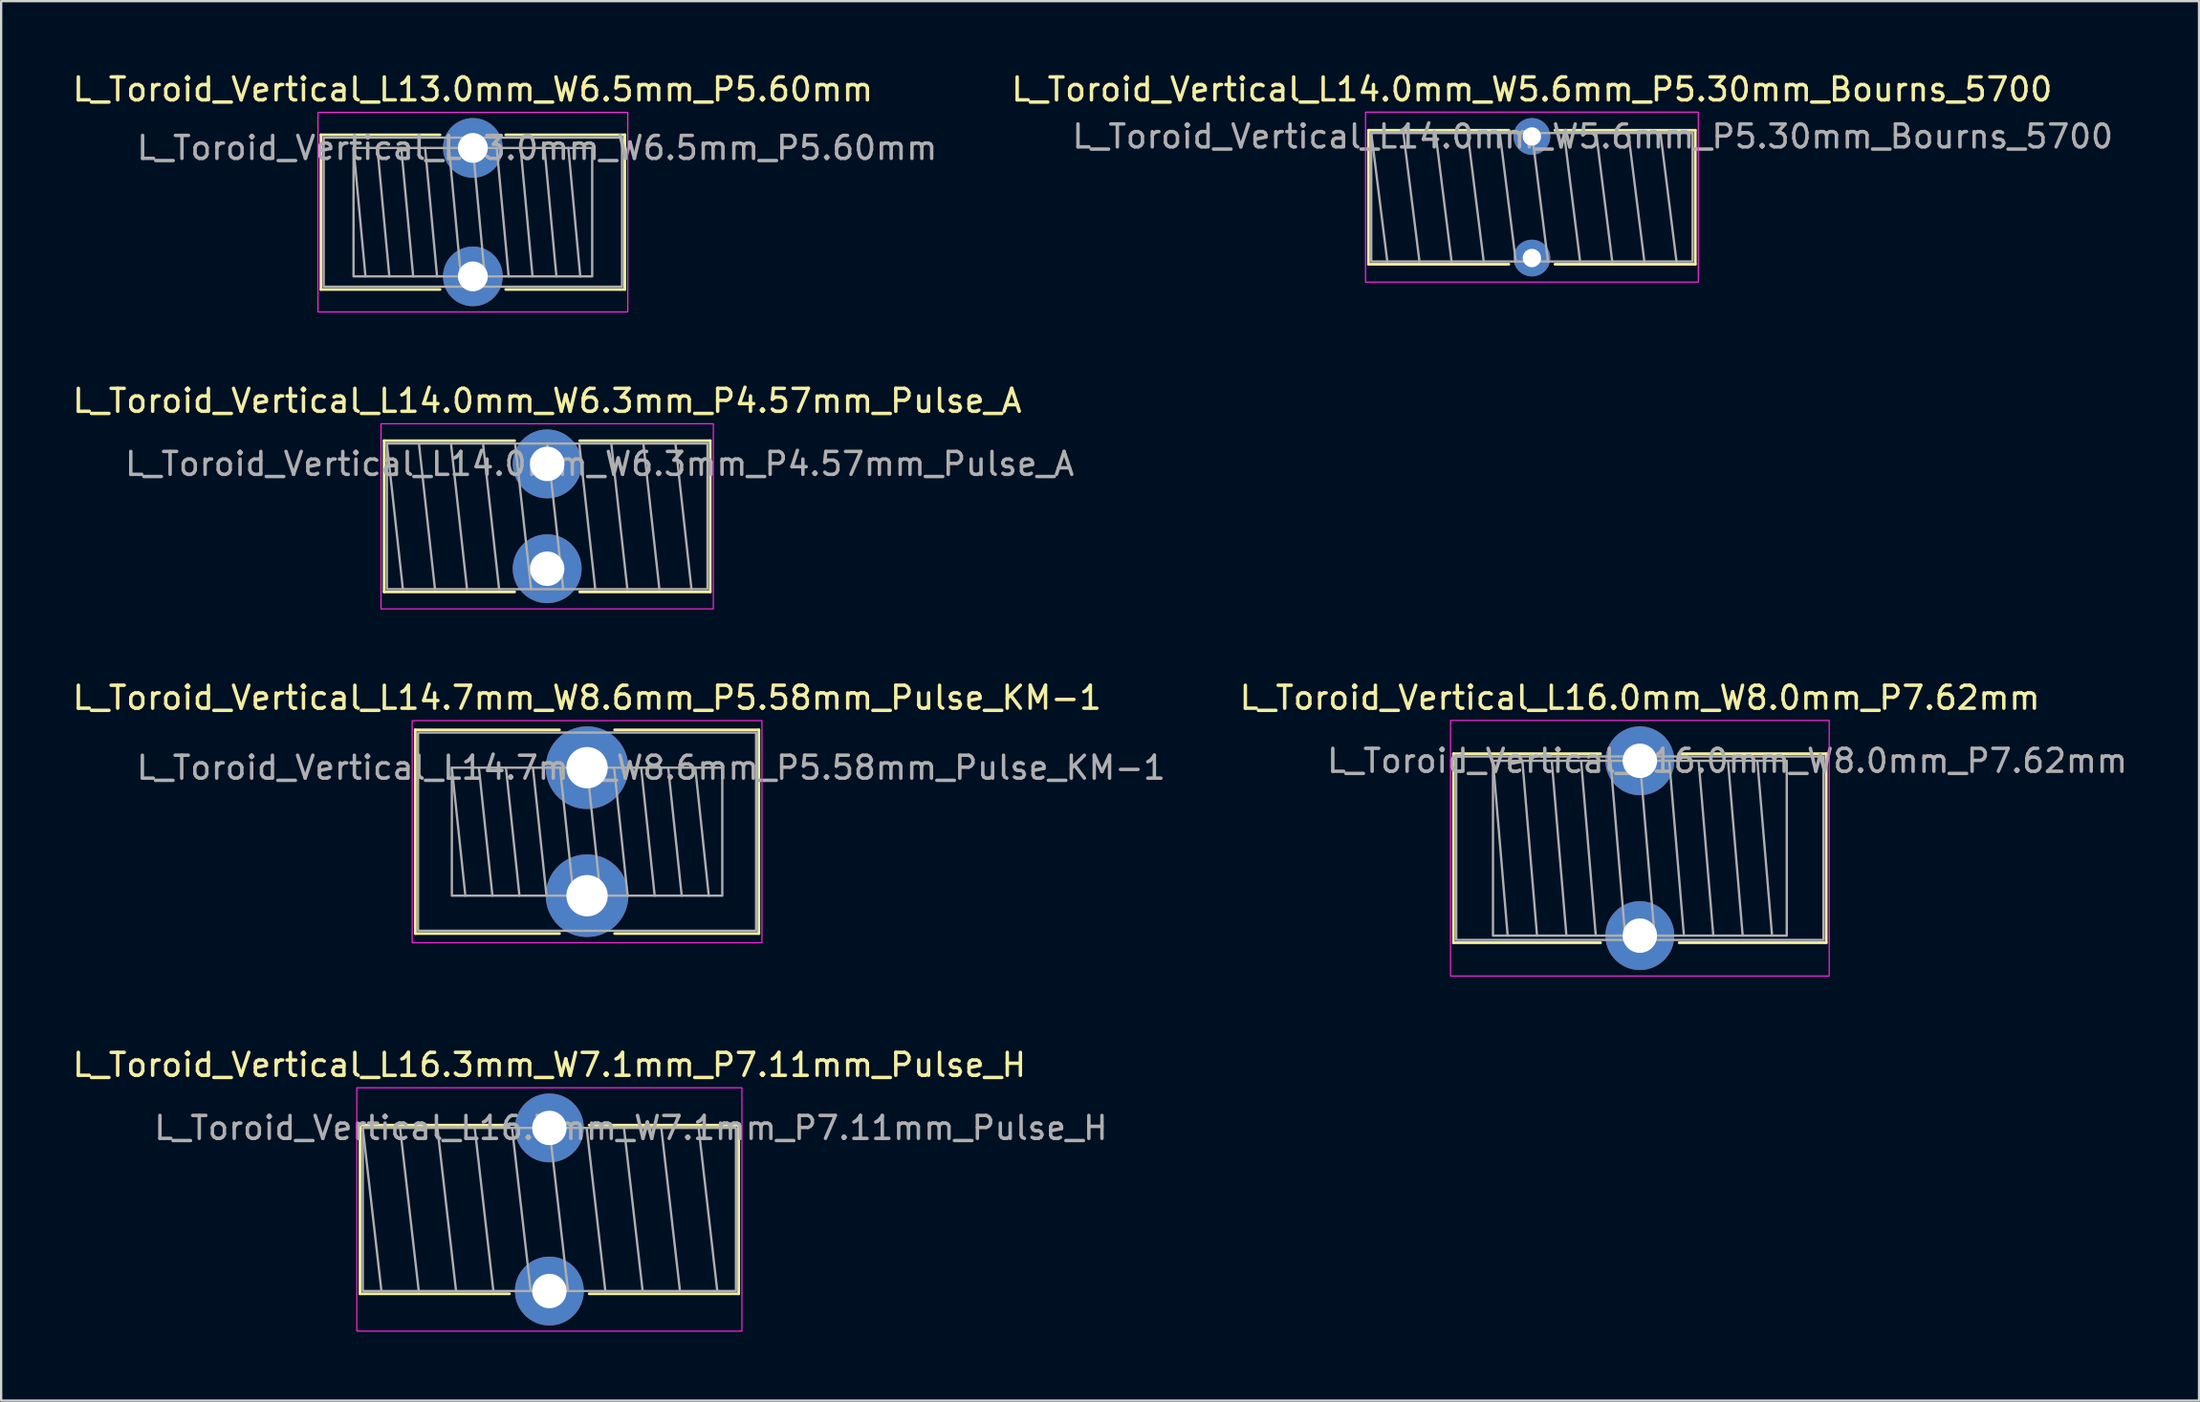
<source format=kicad_pcb>
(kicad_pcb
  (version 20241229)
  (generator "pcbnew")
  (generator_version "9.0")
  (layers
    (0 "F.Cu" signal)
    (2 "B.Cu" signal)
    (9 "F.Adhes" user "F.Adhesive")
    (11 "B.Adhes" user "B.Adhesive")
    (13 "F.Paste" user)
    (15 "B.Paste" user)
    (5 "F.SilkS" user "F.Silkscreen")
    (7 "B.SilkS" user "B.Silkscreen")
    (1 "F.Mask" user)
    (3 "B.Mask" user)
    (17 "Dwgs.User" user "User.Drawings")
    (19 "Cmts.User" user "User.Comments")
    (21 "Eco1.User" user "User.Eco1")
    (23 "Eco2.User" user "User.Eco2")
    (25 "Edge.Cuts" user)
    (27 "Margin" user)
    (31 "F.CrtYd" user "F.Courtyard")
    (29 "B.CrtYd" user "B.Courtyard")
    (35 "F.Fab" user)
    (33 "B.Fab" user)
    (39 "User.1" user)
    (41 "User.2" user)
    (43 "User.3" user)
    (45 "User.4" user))
  (footprint "L_Toroid_Vertical_L14.0mm_W5.6mm_P5.30mm_Bourns_5700"
    (layer "F.Cu")
    (at 63.699 2.898)
    (property "Reference" "L_Toroid_Vertical_L14.0mm_W5.6mm_P5.30mm_Bourns_5700" (at 0 -2.05 0) (layer "F.SilkS") (effects (font (size 1 1) (thickness 0.15))))
    (attr through_hole)
    (fp_line (start -7.12 -0.27) (end -7.12 5.57) (stroke (width 0.12) (type solid)) (layer "F.SilkS"))
    (fp_line (start -7.12 -0.27) (end -1.004 -0.27) (stroke (width 0.12) (type solid)) (layer "F.SilkS"))
    (fp_line (start -7.12 5.57) (end -1.004 5.57) (stroke (width 0.12) (type solid)) (layer "F.SilkS"))
    (fp_line (start 1.004 -0.27) (end 7.12 -0.27) (stroke (width 0.12) (type solid)) (layer "F.SilkS"))
    (fp_line (start 1.004 5.57) (end 7.12 5.57) (stroke (width 0.12) (type solid)) (layer "F.SilkS"))
    (fp_line (start 7.12 -0.27) (end 7.12 5.57) (stroke (width 0.12) (type solid)) (layer "F.SilkS"))
    (fp_rect (start -7.25 -1.06) (end 7.25 6.35) (stroke (width 0.05) (type solid)) (fill no) (layer "F.CrtYd"))
    (fp_line (start -7 -0.15) (end -6.3 5.45) (stroke (width 0.1) (type solid)) (layer "F.Fab"))
    (fp_line (start -5.6 -0.15) (end -4.9 5.45) (stroke (width 0.1) (type solid)) (layer "F.Fab"))
    (fp_line (start -4.2 -0.15) (end -3.5 5.45) (stroke (width 0.1) (type solid)) (layer "F.Fab"))
    (fp_line (start -2.8 -0.15) (end -2.1 5.45) (stroke (width 0.1) (type solid)) (layer "F.Fab"))
    (fp_line (start -1.4 -0.15) (end -0.7 5.45) (stroke (width 0.1) (type solid)) (layer "F.Fab"))
    (fp_line (start 0 -0.15) (end 0.7 5.45) (stroke (width 0.1) (type solid)) (layer "F.Fab"))
    (fp_line (start 1.4 -0.15) (end 2.1 5.45) (stroke (width 0.1) (type solid)) (layer "F.Fab"))
    (fp_line (start 2.8 -0.15) (end 3.5 5.45) (stroke (width 0.1) (type solid)) (layer "F.Fab"))
    (fp_line (start 4.2 -0.15) (end 4.9 5.45) (stroke (width 0.1) (type solid)) (layer "F.Fab"))
    (fp_line (start 5.6 -0.15) (end 6.3 5.45) (stroke (width 0.1) (type solid)) (layer "F.Fab"))
    (fp_rect (start -7 -0.15) (end 7 5.45) (stroke (width 0.1) (type solid)) (fill no) (layer "F.Fab"))
    (fp_text user "${REFERENCE}" (at 2.65 0 0) (layer "F.Fab") (effects (font (size 1 1) (thickness 0.15))))
    (pad "1" thru_hole circle (at 0 0) (size 1.6 1.6) (drill 0.8) (layers "*.Cu" "*.Mask"))
    (pad "2" thru_hole circle (at 0 5.3) (size 1.6 1.6) (drill 0.8) (layers "*.Cu" "*.Mask")))
  (footprint "L_Toroid_Vertical_L13.0mm_W6.5mm_P5.60mm"
    (layer "F.Cu")
    (at 17.554 3.398)
    (property "Reference" "L_Toroid_Vertical_L13.0mm_W6.5mm_P5.60mm" (at 0 -2.55 0) (layer "F.SilkS") (effects (font (size 1 1) (thickness 0.15))))
    (attr through_hole)
    (fp_line (start -6.62 -0.57) (end -6.62 6.17) (stroke (width 0.12) (type solid)) (layer "F.SilkS"))
    (fp_line (start -6.62 -0.57) (end -1.431 -0.57) (stroke (width 0.12) (type solid)) (layer "F.SilkS"))
    (fp_line (start -6.62 6.17) (end -1.431 6.17) (stroke (width 0.12) (type solid)) (layer "F.SilkS"))
    (fp_line (start 1.431 -0.57) (end 6.62 -0.57) (stroke (width 0.12) (type solid)) (layer "F.SilkS"))
    (fp_line (start 1.431 6.17) (end 6.62 6.17) (stroke (width 0.12) (type solid)) (layer "F.SilkS"))
    (fp_line (start 6.62 -0.57) (end 6.62 6.17) (stroke (width 0.12) (type solid)) (layer "F.SilkS"))
    (fp_rect (start -6.75 -1.55) (end 6.75 7.15) (stroke (width 0.05) (type solid)) (fill no) (layer "F.CrtYd"))
    (fp_line (start -5.2 0) (end -4.68 5.6) (stroke (width 0.1) (type solid)) (layer "F.Fab"))
    (fp_line (start -4.16 0) (end -3.64 5.6) (stroke (width 0.1) (type solid)) (layer "F.Fab"))
    (fp_line (start -3.12 0) (end -2.6 5.6) (stroke (width 0.1) (type solid)) (layer "F.Fab"))
    (fp_line (start -2.08 0) (end -1.56 5.6) (stroke (width 0.1) (type solid)) (layer "F.Fab"))
    (fp_line (start -1.04 0) (end -0.52 5.6) (stroke (width 0.1) (type solid)) (layer "F.Fab"))
    (fp_line (start 0 0) (end 0.52 5.6) (stroke (width 0.1) (type solid)) (layer "F.Fab"))
    (fp_line (start 1.04 0) (end 1.56 5.6) (stroke (width 0.1) (type solid)) (layer "F.Fab"))
    (fp_line (start 2.08 0) (end 2.6 5.6) (stroke (width 0.1) (type solid)) (layer "F.Fab"))
    (fp_line (start 3.12 0) (end 3.64 5.6) (stroke (width 0.1) (type solid)) (layer "F.Fab"))
    (fp_line (start 4.16 0) (end 4.68 5.6) (stroke (width 0.1) (type solid)) (layer "F.Fab"))
    (fp_rect (start -6.5 -0.45) (end 6.5 6.05) (stroke (width 0.1) (type solid)) (fill no) (layer "F.Fab"))
    (fp_rect (start -5.2 0) (end 5.2 5.6) (stroke (width 0.1) (type solid)) (fill no) (layer "F.Fab"))
    (fp_text user "${REFERENCE}" (at 2.8 0 0) (layer "F.Fab") (effects (font (size 1 1) (thickness 0.15))))
    (pad "1" thru_hole circle (at 0 0) (size 2.6 2.6) (drill 1.3) (layers "*.Cu" "*.Mask"))
    (pad "2" thru_hole circle (at 0 5.6) (size 2.6 2.6) (drill 1.3) (layers "*.Cu" "*.Mask")))
  (footprint "L_Toroid_Vertical_L14.7mm_W8.6mm_P5.58mm_Pulse_KM-1"
    (layer "F.Cu")
    (at 22.53 30.415)
    (property "Reference" "L_Toroid_Vertical_L14.7mm_W8.6mm_P5.58mm_Pulse_KM-1" (at 0 -3.05 0) (layer "F.SilkS") (effects (font (size 1 1) (thickness 0.15))))
    (attr through_hole)
    (fp_line (start -7.485 -1.65) (end -7.485 7.23) (stroke (width 0.12) (type solid)) (layer "F.SilkS"))
    (fp_line (start -7.485 -1.65) (end -1.2 -1.65) (stroke (width 0.12) (type solid)) (layer "F.SilkS"))
    (fp_line (start -7.485 7.23) (end -1.2 7.23) (stroke (width 0.12) (type solid)) (layer "F.SilkS"))
    (fp_line (start 1.2 -1.65) (end 7.485 -1.65) (stroke (width 0.12) (type solid)) (layer "F.SilkS"))
    (fp_line (start 1.2 7.23) (end 7.485 7.23) (stroke (width 0.12) (type solid)) (layer "F.SilkS"))
    (fp_line (start 7.485 -1.65) (end 7.485 7.23) (stroke (width 0.12) (type solid)) (layer "F.SilkS"))
    (fp_rect (start -7.62 -2.05) (end 7.62 7.63) (stroke (width 0.05) (type solid)) (fill no) (layer "F.CrtYd"))
    (fp_line (start -5.892 0) (end -5.303 5.58) (stroke (width 0.1) (type solid)) (layer "F.Fab"))
    (fp_line (start -4.714 0) (end -4.124 5.58) (stroke (width 0.1) (type solid)) (layer "F.Fab"))
    (fp_line (start -3.535 0) (end -2.946 5.58) (stroke (width 0.1) (type solid)) (layer "F.Fab"))
    (fp_line (start -2.357 0) (end -1.768 5.58) (stroke (width 0.1) (type solid)) (layer "F.Fab"))
    (fp_line (start -1.178 0) (end -0.589 5.58) (stroke (width 0.1) (type solid)) (layer "F.Fab"))
    (fp_line (start 0 0) (end 0.589 5.58) (stroke (width 0.1) (type solid)) (layer "F.Fab"))
    (fp_line (start 1.178 0) (end 1.768 5.58) (stroke (width 0.1) (type solid)) (layer "F.Fab"))
    (fp_line (start 2.357 0) (end 2.946 5.58) (stroke (width 0.1) (type solid)) (layer "F.Fab"))
    (fp_line (start 3.535 0) (end 4.124 5.58) (stroke (width 0.1) (type solid)) (layer "F.Fab"))
    (fp_line (start 4.714 0) (end 5.303 5.58) (stroke (width 0.1) (type solid)) (layer "F.Fab"))
    (fp_rect (start -7.365 -1.53) (end 7.365 7.11) (stroke (width 0.1) (type solid)) (fill no) (layer "F.Fab"))
    (fp_rect (start -5.892 0) (end 5.892 5.58) (stroke (width 0.1) (type solid)) (fill no) (layer "F.Fab"))
    (fp_text user "${REFERENCE}" (at 2.79 0 0) (layer "F.Fab") (effects (font (size 1 1) (thickness 0.15))))
    (pad "1" thru_hole circle (at 0 0) (size 3.6 3.6) (drill 1.8) (layers "*.Cu" "*.Mask"))
    (pad "2" thru_hole circle (at 0 5.58) (size 3.6 3.6) (drill 1.8) (layers "*.Cu" "*.Mask")))
  (footprint "L_Toroid_Vertical_L14.0mm_W6.3mm_P4.57mm_Pulse_A"
    (layer "F.Cu")
    (at 20.792 17.172)
    (property "Reference" "L_Toroid_Vertical_L14.0mm_W6.3mm_P4.57mm_Pulse_A" (at 0 -2.75 0) (layer "F.SilkS") (effects (font (size 1 1) (thickness 0.15))))
    (attr through_hole)
    (fp_line (start -7.105 -1.01) (end -7.105 5.58) (stroke (width 0.12) (type solid)) (layer "F.SilkS"))
    (fp_line (start -7.105 -1.01) (end -1.417 -1.01) (stroke (width 0.12) (type solid)) (layer "F.SilkS"))
    (fp_line (start -7.105 5.58) (end -1.417 5.58) (stroke (width 0.12) (type solid)) (layer "F.SilkS"))
    (fp_line (start 1.417 -1.01) (end 7.105 -1.01) (stroke (width 0.12) (type solid)) (layer "F.SilkS"))
    (fp_line (start 1.417 5.58) (end 7.105 5.58) (stroke (width 0.12) (type solid)) (layer "F.SilkS"))
    (fp_line (start 7.105 -1.01) (end 7.105 5.58) (stroke (width 0.12) (type solid)) (layer "F.SilkS"))
    (fp_rect (start -7.24 -1.75) (end 7.24 6.32) (stroke (width 0.05) (type solid)) (fill no) (layer "F.CrtYd"))
    (fp_line (start -6.985 -0.89) (end -6.287 5.46) (stroke (width 0.1) (type solid)) (layer "F.Fab"))
    (fp_line (start -5.588 -0.89) (end -4.889 5.46) (stroke (width 0.1) (type solid)) (layer "F.Fab"))
    (fp_line (start -4.191 -0.89) (end -3.493 5.46) (stroke (width 0.1) (type solid)) (layer "F.Fab"))
    (fp_line (start -2.794 -0.89) (end -2.095 5.46) (stroke (width 0.1) (type solid)) (layer "F.Fab"))
    (fp_line (start -1.397 -0.89) (end -0.699 5.46) (stroke (width 0.1) (type solid)) (layer "F.Fab"))
    (fp_line (start 0 -0.89) (end 0.699 5.46) (stroke (width 0.1) (type solid)) (layer "F.Fab"))
    (fp_line (start 1.397 -0.89) (end 2.095 5.46) (stroke (width 0.1) (type solid)) (layer "F.Fab"))
    (fp_line (start 2.794 -0.89) (end 3.493 5.46) (stroke (width 0.1) (type solid)) (layer "F.Fab"))
    (fp_line (start 4.191 -0.89) (end 4.889 5.46) (stroke (width 0.1) (type solid)) (layer "F.Fab"))
    (fp_line (start 5.588 -0.89) (end 6.287 5.46) (stroke (width 0.1) (type solid)) (layer "F.Fab"))
    (fp_rect (start -6.985 -0.89) (end 6.985 5.46) (stroke (width 0.1) (type solid)) (fill no) (layer "F.Fab"))
    (fp_text user "${REFERENCE}" (at 2.285 0 0) (layer "F.Fab") (effects (font (size 1 1) (thickness 0.15))))
    (pad "1" thru_hole circle (at 0 0) (size 3 3) (drill 1.5) (layers "*.Cu" "*.Mask"))
    (pad "2" thru_hole circle (at 0 4.57) (size 3 3) (drill 1.5) (layers "*.Cu" "*.Mask")))
  (footprint "L_Toroid_Vertical_L16.3mm_W7.1mm_P7.11mm_Pulse_H"
    (layer "F.Cu")
    (at 20.887 46.118)
    (property "Reference" "L_Toroid_Vertical_L16.3mm_W7.1mm_P7.11mm_Pulse_H" (at 0 -2.75 0) (layer "F.SilkS") (effects (font (size 1 1) (thickness 0.15))))
    (attr through_hole)
    (fp_line (start -8.25 -0.12) (end -8.25 7.23) (stroke (width 0.12) (type solid)) (layer "F.SilkS"))
    (fp_line (start -8.25 -0.12) (end -1.736 -0.12) (stroke (width 0.12) (type solid)) (layer "F.SilkS"))
    (fp_line (start -8.25 7.23) (end -1.736 7.23) (stroke (width 0.12) (type solid)) (layer "F.SilkS"))
    (fp_line (start 1.736 -0.12) (end 8.25 -0.12) (stroke (width 0.12) (type solid)) (layer "F.SilkS"))
    (fp_line (start 1.736 7.23) (end 8.25 7.23) (stroke (width 0.12) (type solid)) (layer "F.SilkS"))
    (fp_line (start 8.25 -0.12) (end 8.25 7.23) (stroke (width 0.12) (type solid)) (layer "F.SilkS"))
    (fp_rect (start -8.39 -1.75) (end 8.39 8.86) (stroke (width 0.05) (type solid)) (fill no) (layer "F.CrtYd"))
    (fp_line (start -8.13 0) (end -7.317 7.11) (stroke (width 0.1) (type solid)) (layer "F.Fab"))
    (fp_line (start -6.504 0) (end -5.691 7.11) (stroke (width 0.1) (type solid)) (layer "F.Fab"))
    (fp_line (start -4.878 0) (end -4.065 7.11) (stroke (width 0.1) (type solid)) (layer "F.Fab"))
    (fp_line (start -3.252 0) (end -2.439 7.11) (stroke (width 0.1) (type solid)) (layer "F.Fab"))
    (fp_line (start -1.626 0) (end -0.813 7.11) (stroke (width 0.1) (type solid)) (layer "F.Fab"))
    (fp_line (start 0 0) (end 0.813 7.11) (stroke (width 0.1) (type solid)) (layer "F.Fab"))
    (fp_line (start 1.626 0) (end 2.439 7.11) (stroke (width 0.1) (type solid)) (layer "F.Fab"))
    (fp_line (start 3.252 0) (end 4.065 7.11) (stroke (width 0.1) (type solid)) (layer "F.Fab"))
    (fp_line (start 4.878 0) (end 5.691 7.11) (stroke (width 0.1) (type solid)) (layer "F.Fab"))
    (fp_line (start 6.504 0) (end 7.317 7.11) (stroke (width 0.1) (type solid)) (layer "F.Fab"))
    (fp_rect (start -8.13 0) (end 8.13 7.11) (stroke (width 0.1) (type solid)) (fill no) (layer "F.Fab"))
    (fp_text user "${REFERENCE}" (at 3.555 0 0) (layer "F.Fab") (effects (font (size 1 1) (thickness 0.15))))
    (pad "1" thru_hole circle (at 0 0) (size 3 3) (drill 1.5) (layers "*.Cu" "*.Mask"))
    (pad "2" thru_hole circle (at 0 7.11) (size 3 3) (drill 1.5) (layers "*.Cu" "*.Mask")))
  (footprint "L_Toroid_Vertical_L16.0mm_W8.0mm_P7.62mm"
    (layer "F.Cu")
    (at 68.403 30.115)
    (property "Reference" "L_Toroid_Vertical_L16.0mm_W8.0mm_P7.62mm" (at 0 -2.75 0) (layer "F.SilkS") (effects (font (size 1 1) (thickness 0.15))))
    (attr through_hole)
    (fp_line (start -8.12 -0.31) (end -8.12 7.93) (stroke (width 0.12) (type solid)) (layer "F.SilkS"))
    (fp_line (start -8.12 -0.31) (end -1.712 -0.31) (stroke (width 0.12) (type solid)) (layer "F.SilkS"))
    (fp_line (start -8.12 7.93) (end -1.712 7.93) (stroke (width 0.12) (type solid)) (layer "F.SilkS"))
    (fp_line (start 1.712 -0.31) (end 8.12 -0.31) (stroke (width 0.12) (type solid)) (layer "F.SilkS"))
    (fp_line (start 1.712 7.93) (end 8.12 7.93) (stroke (width 0.12) (type solid)) (layer "F.SilkS"))
    (fp_line (start 8.12 -0.31) (end 8.12 7.93) (stroke (width 0.12) (type solid)) (layer "F.SilkS"))
    (fp_rect (start -8.25 -1.76) (end 8.25 9.38) (stroke (width 0.05) (type solid)) (fill no) (layer "F.CrtYd"))
    (fp_line (start -6.4 0) (end -5.76 7.62) (stroke (width 0.1) (type solid)) (layer "F.Fab"))
    (fp_line (start -5.12 0) (end -4.48 7.62) (stroke (width 0.1) (type solid)) (layer "F.Fab"))
    (fp_line (start -3.84 0) (end -3.2 7.62) (stroke (width 0.1) (type solid)) (layer "F.Fab"))
    (fp_line (start -2.56 0) (end -1.92 7.62) (stroke (width 0.1) (type solid)) (layer "F.Fab"))
    (fp_line (start -1.28 0) (end -0.64 7.62) (stroke (width 0.1) (type solid)) (layer "F.Fab"))
    (fp_line (start 0 0) (end 0.64 7.62) (stroke (width 0.1) (type solid)) (layer "F.Fab"))
    (fp_line (start 1.28 0) (end 1.92 7.62) (stroke (width 0.1) (type solid)) (layer "F.Fab"))
    (fp_line (start 2.56 0) (end 3.2 7.62) (stroke (width 0.1) (type solid)) (layer "F.Fab"))
    (fp_line (start 3.84 0) (end 4.48 7.62) (stroke (width 0.1) (type solid)) (layer "F.Fab"))
    (fp_line (start 5.12 0) (end 5.76 7.62) (stroke (width 0.1) (type solid)) (layer "F.Fab"))
    (fp_rect (start -8 -0.19) (end 8 7.81) (stroke (width 0.1) (type solid)) (fill no) (layer "F.Fab"))
    (fp_rect (start -6.4 0) (end 6.4 7.62) (stroke (width 0.1) (type solid)) (fill no) (layer "F.Fab"))
    (fp_text user "${REFERENCE}" (at 3.81 0 0) (layer "F.Fab") (effects (font (size 1 1) (thickness 0.15))))
    (pad "1" thru_hole circle (at 0 0) (size 3 3) (drill 1.5) (layers "*.Cu" "*.Mask"))
    (pad "2" thru_hole circle (at 0 7.62) (size 3 3) (drill 1.5) (layers "*.Cu" "*.Mask")))
  (gr_rect
    (start -3 -3)
    (end 92.767 58.003)
    (stroke (width 0.1) (type default))
    (fill no)
    (layer "Edge.Cuts")))
</source>
